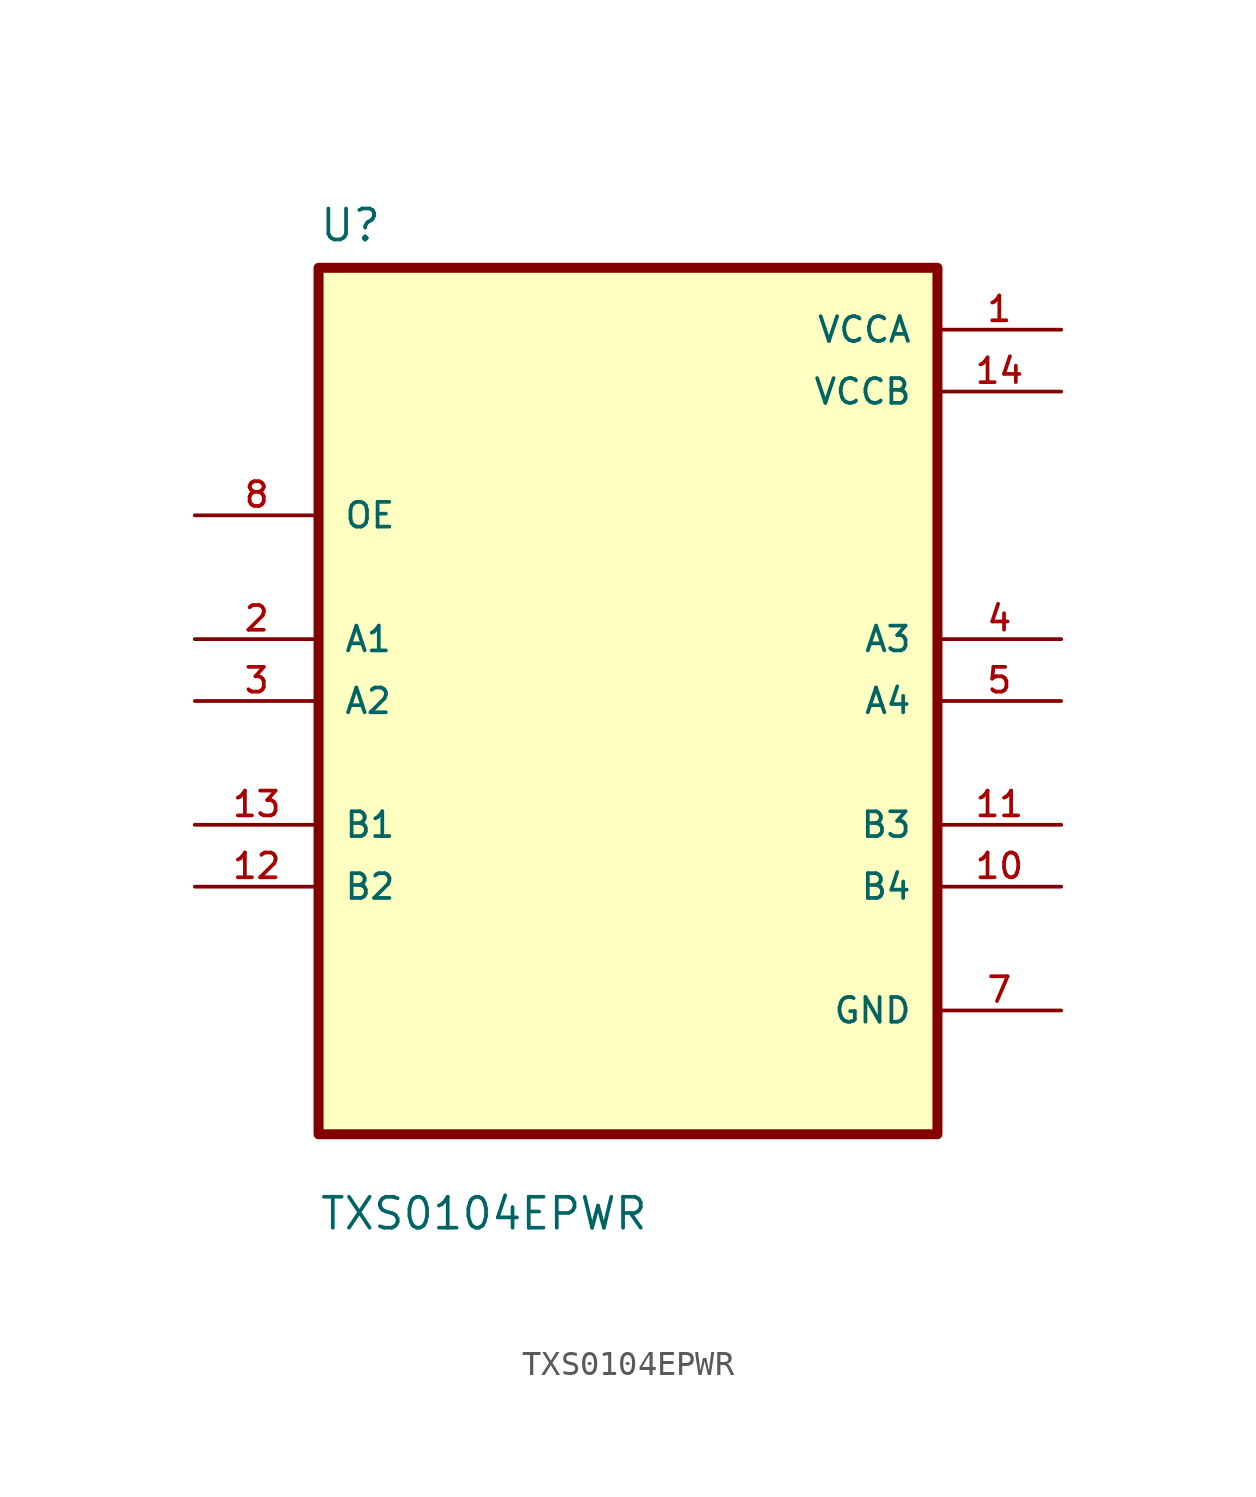
<source format=kicad_sym>
(kicad_symbol_lib
  (version 20241209)
  (generator "kicad_symbol_editor")
  (generator_version "9.0")
  (symbol "TXS0104EPWR"
    (pin_names
      (offset 1.016))
    (property "Reference" "U"
      (at -12.7 18.78 0)
      (effects (font (size 1.27 1.27)) (justify left bottom)))
    (property "Value" "TXS0104EPWR"
      (at -12.7 -21.78 0)
      (effects (font (size 1.27 1.27)) (justify left bottom)))
    (symbol "TXS0104EPWR_0_0"
      (rectangle (start -12.7 -17.78) (end 12.7 17.78) (stroke (width 0.41) (type default)) (fill (type background)))
      (pin input line (at -17.78 7.62 0) (length 5.08) (name "OE" (effects (font (size 1.016 1.016)))) (number "8" (effects (font (size 1.016 1.016)))))
      (pin bidirectional line (at -17.78 2.54 0) (length 5.08) (name "A1" (effects (font (size 1.016 1.016)))) (number "2" (effects (font (size 1.016 1.016)))))
      (pin bidirectional line (at -17.78 0 0) (length 5.08) (name "A2" (effects (font (size 1.016 1.016)))) (number "3" (effects (font (size 1.016 1.016)))))
      (pin bidirectional line (at -17.78 -5.08 0) (length 5.08) (name "B1" (effects (font (size 1.016 1.016)))) (number "13" (effects (font (size 1.016 1.016)))))
      (pin bidirectional line (at -17.78 -7.62 0) (length 5.08) (name "B2" (effects (font (size 1.016 1.016)))) (number "12" (effects (font (size 1.016 1.016)))))
      (pin power_in line (at 17.78 15.24 180) (length 5.08) (name "VCCA" (effects (font (size 1.016 1.016)))) (number "1" (effects (font (size 1.016 1.016)))))
      (pin power_in line (at 17.78 12.7 180) (length 5.08) (name "VCCB" (effects (font (size 1.016 1.016)))) (number "14" (effects (font (size 1.016 1.016)))))
      (pin bidirectional line (at 17.78 2.54 180) (length 5.08) (name "A3" (effects (font (size 1.016 1.016)))) (number "4" (effects (font (size 1.016 1.016)))))
      (pin bidirectional line (at 17.78 0 180) (length 5.08) (name "A4" (effects (font (size 1.016 1.016)))) (number "5" (effects (font (size 1.016 1.016)))))
      (pin bidirectional line (at 17.78 -5.08 180) (length 5.08) (name "B3" (effects (font (size 1.016 1.016)))) (number "11" (effects (font (size 1.016 1.016)))))
      (pin bidirectional line (at 17.78 -7.62 180) (length 5.08) (name "B4" (effects (font (size 1.016 1.016)))) (number "10" (effects (font (size 1.016 1.016)))))
      (pin power_in line (at 17.78 -12.7 180) (length 5.08) (name "GND" (effects (font (size 1.016 1.016)))) (number "7" (effects (font (size 1.016 1.016))))))))
</source>
